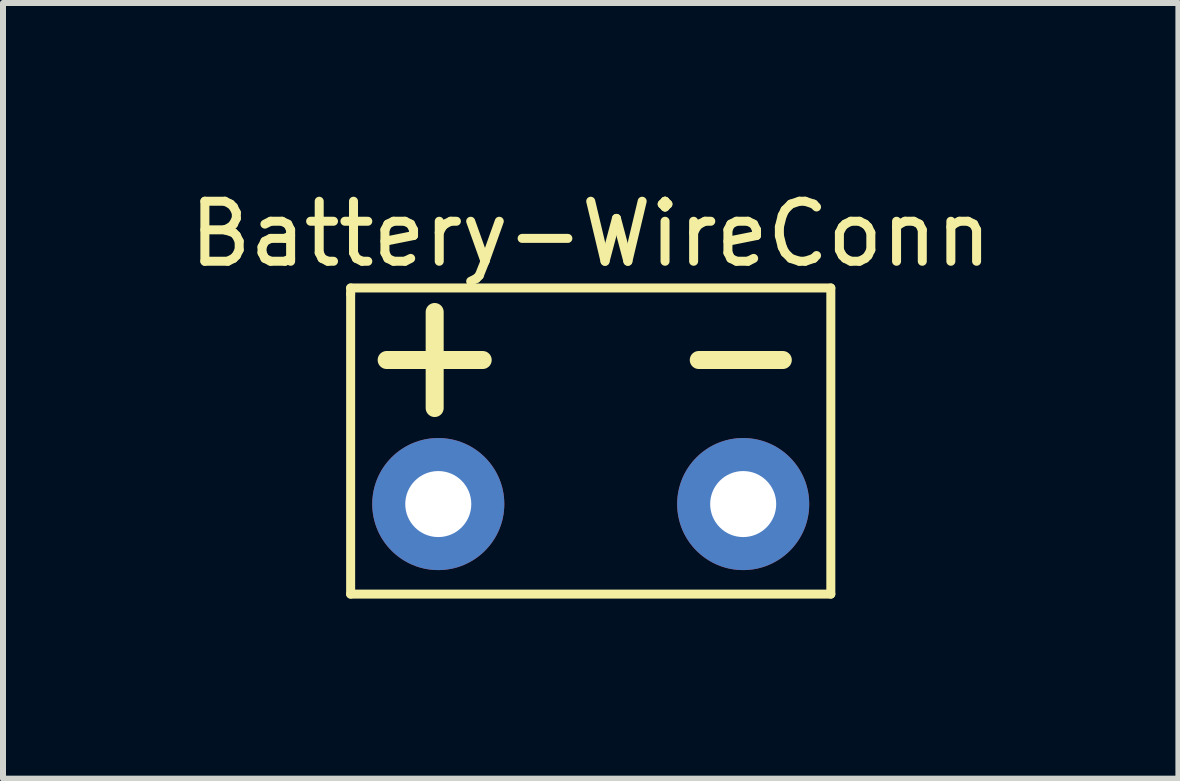
<source format=kicad_pcb>
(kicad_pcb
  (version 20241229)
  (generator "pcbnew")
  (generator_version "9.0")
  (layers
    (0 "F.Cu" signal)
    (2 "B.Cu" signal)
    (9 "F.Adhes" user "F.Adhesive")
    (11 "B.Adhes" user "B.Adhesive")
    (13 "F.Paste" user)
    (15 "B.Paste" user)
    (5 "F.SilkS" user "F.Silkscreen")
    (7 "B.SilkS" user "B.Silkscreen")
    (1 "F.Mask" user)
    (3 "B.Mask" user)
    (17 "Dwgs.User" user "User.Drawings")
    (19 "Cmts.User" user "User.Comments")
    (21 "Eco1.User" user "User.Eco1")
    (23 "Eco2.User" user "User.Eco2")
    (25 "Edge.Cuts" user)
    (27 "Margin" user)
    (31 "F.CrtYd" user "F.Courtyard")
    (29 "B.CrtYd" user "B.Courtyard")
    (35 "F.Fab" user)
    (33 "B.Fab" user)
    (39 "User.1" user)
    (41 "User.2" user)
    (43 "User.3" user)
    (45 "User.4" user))
  (footprint "Battery-WireConn"
    (layer "F.Cu")
    (at 6.792 5.348)
    (property "Reference" "Battery-WireConn" (at 0 -4.5 0) (layer "F.SilkS") (effects (font (size 1 1) (thickness 0.15))))
    (attr through_hole)
    (fp_line (start -4 -3.6) (end -4 -3.5) (stroke (width 0.15) (type solid)) (layer "F.SilkS"))
    (fp_line (start -4 -3.5) (end -4 1.5) (stroke (width 0.15) (type solid)) (layer "F.SilkS"))
    (fp_line (start -4 1.5) (end 4 1.5) (stroke (width 0.15) (type solid)) (layer "F.SilkS"))
    (fp_line (start -3.4 -2.4) (end -1.8 -2.4) (stroke (width 0.3) (type solid)) (layer "F.SilkS"))
    (fp_line (start -2.6 -1.6) (end -2.6 -3.2) (stroke (width 0.3) (type solid)) (layer "F.SilkS"))
    (fp_line (start 1.8 -2.4) (end 3.2 -2.4) (stroke (width 0.3) (type solid)) (layer "F.SilkS"))
    (fp_line (start 4 -3.6) (end -4 -3.6) (stroke (width 0.15) (type solid)) (layer "F.SilkS"))
    (fp_line (start 4 1.5) (end 4 -3.6) (stroke (width 0.15) (type solid)) (layer "F.SilkS"))
    (pad "1" thru_hole circle (at -2.54 0) (size 2.2 2.2) (drill 1.1) (layers "*.Cu" "*.Mask"))
    (pad "2" thru_hole circle (at 2.54 0) (size 2.2 2.2) (drill 1.1) (layers "*.Cu" "*.Mask")))
  (gr_rect
    (start -3 -3)
    (end 16.583 9.923)
    (stroke (width 0.1) (type default))
    (fill no)
    (layer "Edge.Cuts")))
</source>
